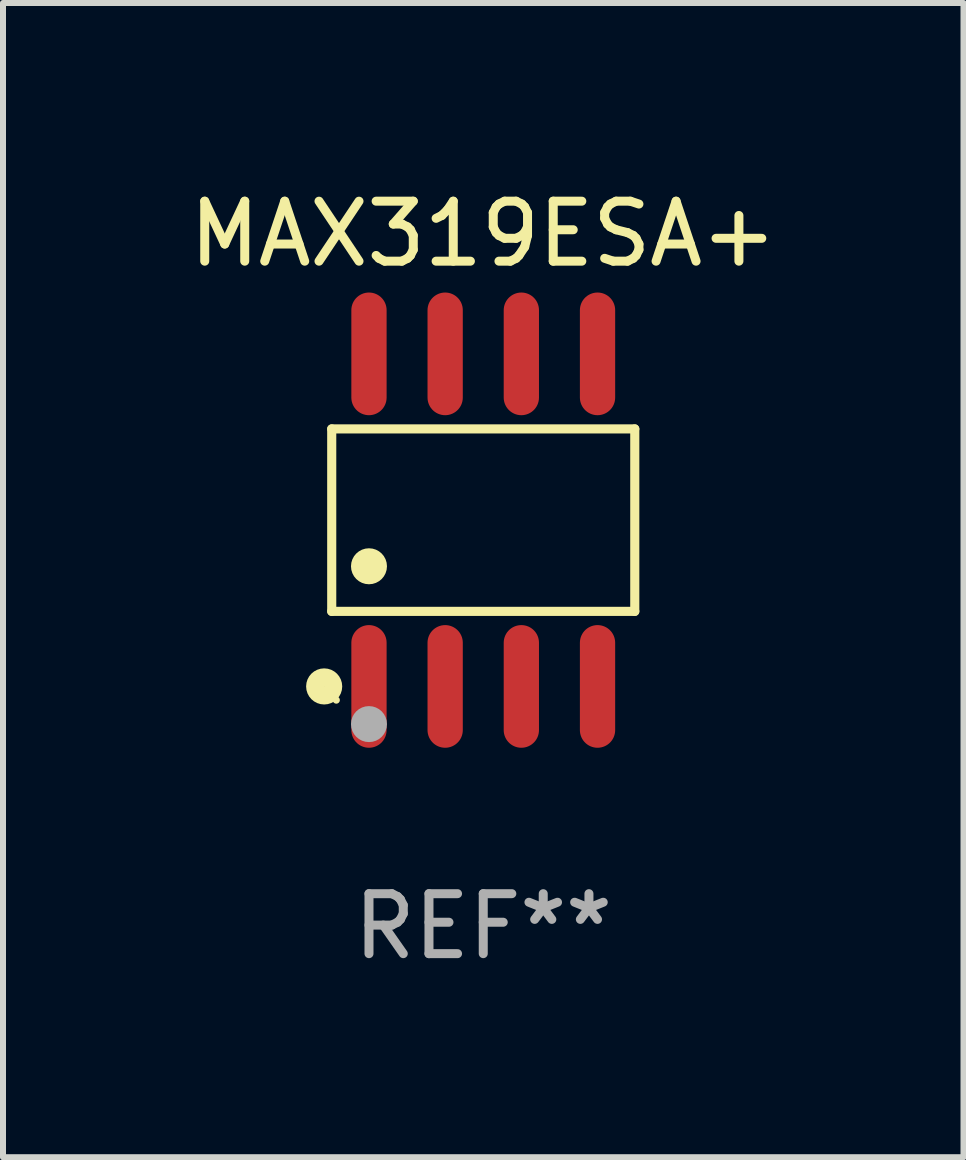
<source format=kicad_pcb>
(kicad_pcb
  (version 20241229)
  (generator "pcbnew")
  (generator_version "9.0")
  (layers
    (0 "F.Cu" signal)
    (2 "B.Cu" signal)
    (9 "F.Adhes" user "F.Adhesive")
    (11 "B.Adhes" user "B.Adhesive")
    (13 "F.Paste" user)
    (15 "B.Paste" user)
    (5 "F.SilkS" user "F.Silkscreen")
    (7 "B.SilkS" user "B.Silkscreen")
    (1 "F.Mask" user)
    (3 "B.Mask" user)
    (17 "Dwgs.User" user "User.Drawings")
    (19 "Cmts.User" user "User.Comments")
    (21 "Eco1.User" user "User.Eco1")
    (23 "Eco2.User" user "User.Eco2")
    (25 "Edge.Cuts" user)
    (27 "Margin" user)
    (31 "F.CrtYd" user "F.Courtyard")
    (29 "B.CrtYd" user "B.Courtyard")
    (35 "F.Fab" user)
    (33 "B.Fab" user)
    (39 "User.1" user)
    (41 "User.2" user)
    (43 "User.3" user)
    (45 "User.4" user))
  (footprint "MAX319ESA+"
    (layer "F.Cu")
    (at 5.006 5.621)
    (property "Reference" "MAX319ESA+" (at 0 -4.772 0) (layer "F.SilkS") (effects (font (size 1 1) (thickness 0.15))))
    (attr through_hole)
    (fp_line (start -2.526 -1.521) (end 2.526 -1.521) (stroke (width 0.152) (type solid)) (layer "F.SilkS"))
    (fp_line (start -2.526 1.521) (end -2.526 -1.521) (stroke (width 0.152) (type solid)) (layer "F.SilkS"))
    (fp_line (start 2.526 -1.521) (end 2.526 1.521) (stroke (width 0.152) (type solid)) (layer "F.SilkS"))
    (fp_line (start 2.526 1.521) (end -2.526 1.521) (stroke (width 0.152) (type solid)) (layer "F.SilkS"))
    (fp_circle (center -2.652 2.772) (end -2.501 2.772) (stroke (width 0.3) (type solid)) (fill no) (layer "F.SilkS"))
    (fp_circle (center -2.45 3) (end -2.42 3) (stroke (width 0.06) (type solid)) (fill no) (layer "F.SilkS"))
    (fp_circle (center -1.905 0.769) (end -1.755 0.769) (stroke (width 0.3) (type solid)) (fill no) (layer "F.SilkS"))
    (fp_circle (center -1.905 3.4) (end -1.755 3.4) (stroke (width 0.3) (type solid)) (fill no) (layer "F.Fab"))
    (fp_text user "REF**" (at 0 6.772 0) (layer "F.Fab") (effects (font (size 1 1) (thickness 0.15))))
    (pad "1" smd oval (at -1.905 2.772) (size 0.588 2.045) (layers "F.Cu" "F.Mask" "F.Paste"))
    (pad "2" smd oval (at -0.635 2.772) (size 0.588 2.045) (layers "F.Cu" "F.Mask" "F.Paste"))
    (pad "3" smd oval (at 0.635 2.772) (size 0.588 2.045) (layers "F.Cu" "F.Mask" "F.Paste"))
    (pad "4" smd oval (at 1.905 2.772) (size 0.588 2.045) (layers "F.Cu" "F.Mask" "F.Paste"))
    (pad "5" smd oval (at 1.905 -2.772) (size 0.588 2.045) (layers "F.Cu" "F.Mask" "F.Paste"))
    (pad "6" smd oval (at 0.635 -2.772) (size 0.588 2.045) (layers "F.Cu" "F.Mask" "F.Paste"))
    (pad "7" smd oval (at -0.635 -2.772) (size 0.588 2.045) (layers "F.Cu" "F.Mask" "F.Paste"))
    (pad "8" smd oval (at -1.905 -2.772) (size 0.588 2.045) (layers "F.Cu" "F.Mask" "F.Paste")))
  (gr_rect
    (start -3 -3)
    (end 13.012 16.241)
    (stroke (width 0.1) (type default))
    (fill no)
    (layer "Edge.Cuts")))
</source>
